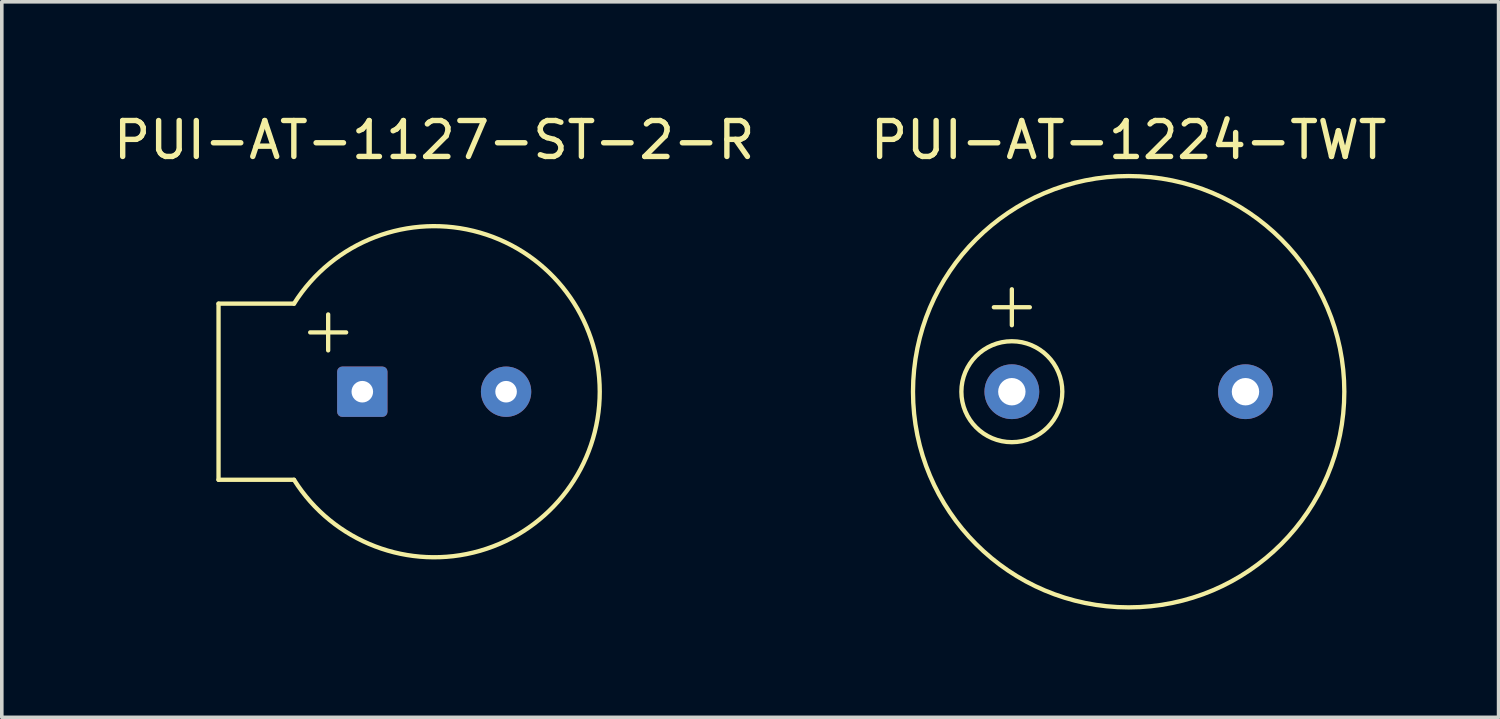
<source format=kicad_pcb>
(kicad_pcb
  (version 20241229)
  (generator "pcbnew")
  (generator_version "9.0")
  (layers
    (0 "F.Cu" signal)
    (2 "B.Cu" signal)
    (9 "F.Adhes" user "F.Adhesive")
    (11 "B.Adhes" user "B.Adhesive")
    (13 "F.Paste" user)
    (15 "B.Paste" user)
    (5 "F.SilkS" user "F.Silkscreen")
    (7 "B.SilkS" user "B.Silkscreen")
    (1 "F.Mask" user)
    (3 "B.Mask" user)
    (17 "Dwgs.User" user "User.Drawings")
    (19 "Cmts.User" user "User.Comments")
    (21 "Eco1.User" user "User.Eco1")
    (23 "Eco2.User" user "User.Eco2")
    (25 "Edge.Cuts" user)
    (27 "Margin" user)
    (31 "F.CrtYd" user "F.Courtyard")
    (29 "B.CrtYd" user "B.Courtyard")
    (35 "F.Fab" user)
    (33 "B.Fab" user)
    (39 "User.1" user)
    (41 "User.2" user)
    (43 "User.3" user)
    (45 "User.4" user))
  (footprint "PUI-AT-1127-ST-2-R"
    (layer "F.Cu")
    (at 9.03 7.848)
    (property "Reference" "PUI-AT-1127-ST-2-R" (at 0 -7 0) (unlocked yes) (layer "F.SilkS") (effects (font (size 1 1) (thickness 0.15))))
    (attr through_hole)
    (fp_line (start -6 -2.45) (end -6 2.45) (stroke (width 0.12) (type solid)) (layer "F.SilkS"))
    (fp_line (start -3.9 -2.45) (end -6 -2.45) (stroke (width 0.12) (type solid)) (layer "F.SilkS"))
    (fp_line (start -3.9 2.45) (end -6 2.45) (stroke (width 0.12) (type solid)) (layer "F.SilkS"))
    (fp_line (start -3.45 -1.65) (end -2.45 -1.65) (stroke (width 0.12) (type solid)) (layer "F.SilkS"))
    (fp_line (start -2.95 -2.15) (end -2.95 -1.15) (stroke (width 0.12) (type solid)) (layer "F.SilkS"))
    (fp_arc (start -3.899999 -2.449999) (mid 4.605702 0) (end -3.899999 2.449999) (stroke (width 0.12) (type solid)) (layer "F.SilkS"))
    (pad "1" thru_hole roundrect (at -2 0) (size 1.4 1.4) (drill 0.6) (layers "*.Cu" "*.Mask") (roundrect_rratio 0.1))
    (pad "2" thru_hole circle (at 2 0) (size 1.4 1.4) (drill 0.6) (layers "*.Cu" "*.Mask")))
  (footprint "PUI-AT-1224-TWT"
    (layer "F.Cu")
    (at 28.351 7.848)
    (property "Reference" "PUI-AT-1224-TWT" (at 0 -7 0) (unlocked yes) (layer "F.SilkS") (effects (font (size 1 1) (thickness 0.15))))
    (attr through_hole)
    (fp_line (start -3.75 -2.35) (end -2.75 -2.35) (stroke (width 0.12) (type solid)) (layer "F.SilkS"))
    (fp_line (start -3.25 -2.85) (end -3.25 -1.85) (stroke (width 0.12) (type solid)) (layer "F.SilkS"))
    (fp_circle (center -3.25 0) (end -1.846 0) (stroke (width 0.12) (type solid)) (fill no) (layer "F.SilkS"))
    (fp_circle (center 0 0) (end 6 0) (stroke (width 0.12) (type solid)) (fill no) (layer "F.SilkS"))
    (pad "1" thru_hole circle (at -3.25 0) (size 1.524 1.524) (drill 0.762) (layers "*.Cu" "*.Mask"))
    (pad "2" thru_hole circle (at 3.25 0) (size 1.524 1.524) (drill 0.762) (layers "*.Cu" "*.Mask")))
  (gr_rect
    (start -3 -3)
    (end 38.643 16.908)
    (stroke (width 0.1) (type default))
    (fill no)
    (layer "Edge.Cuts")))
</source>
